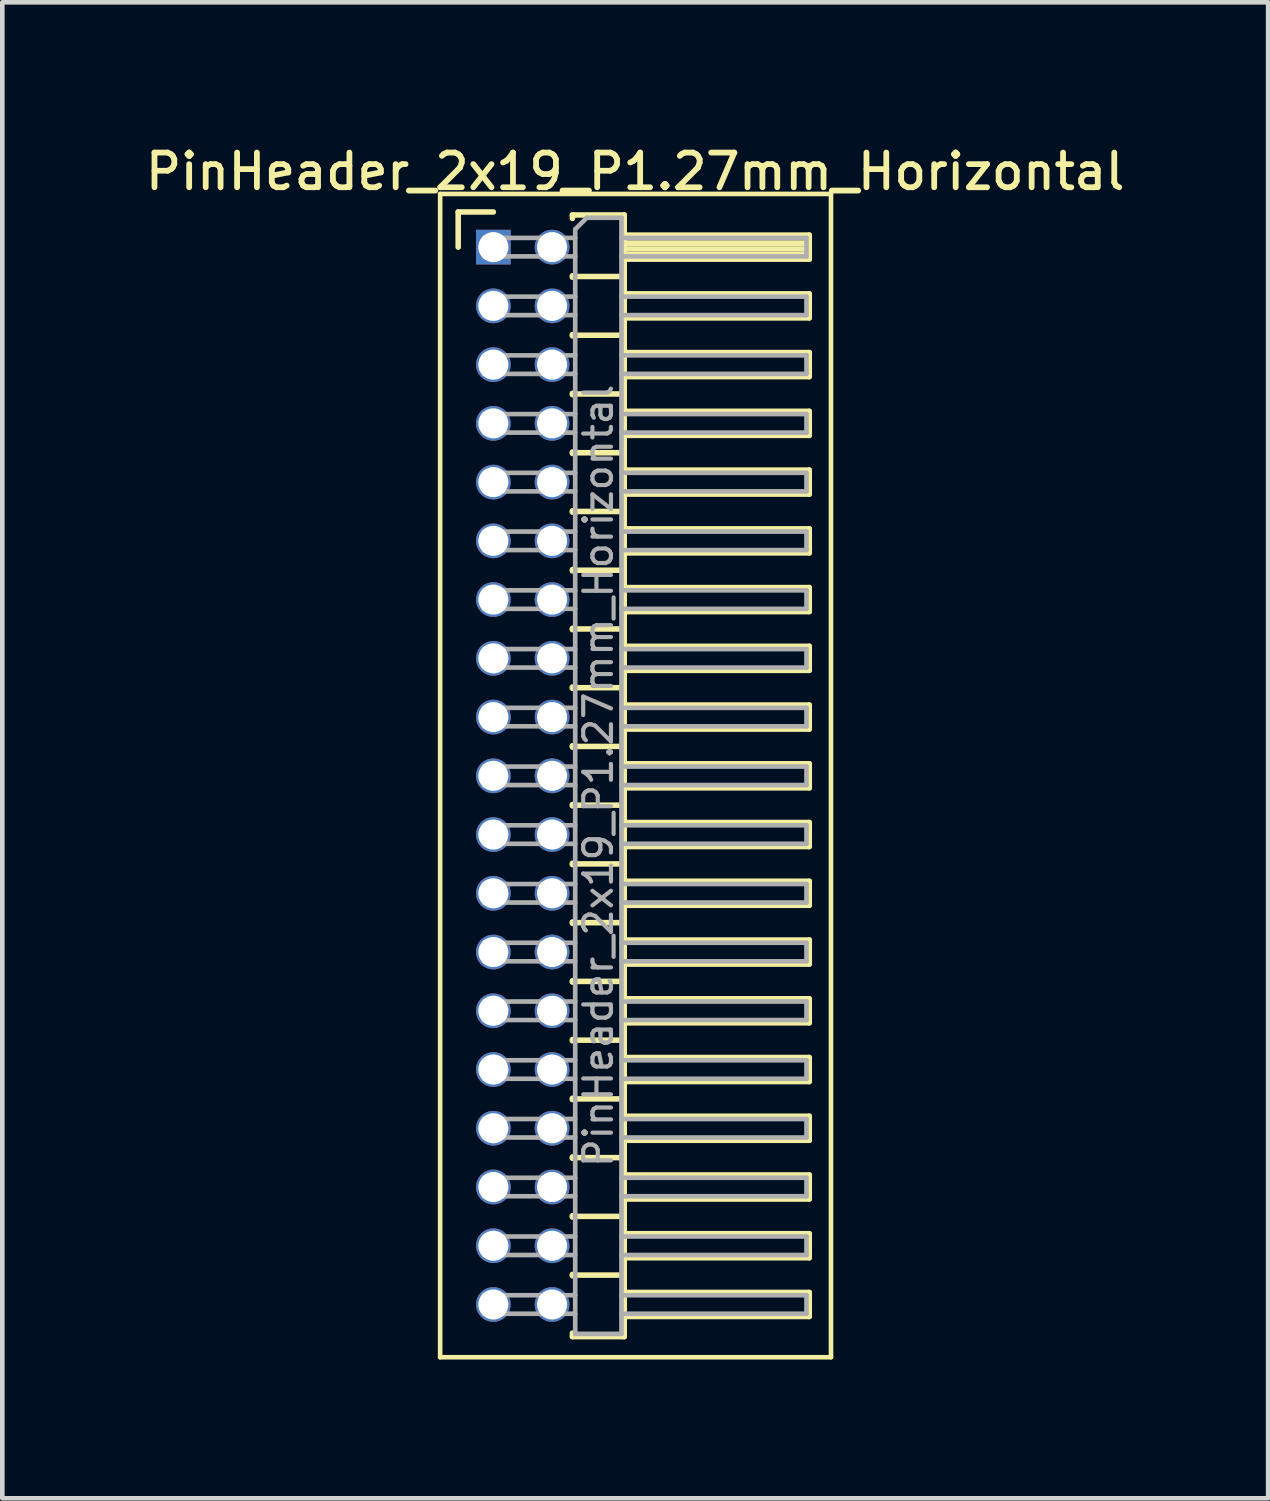
<source format=kicad_pcb>
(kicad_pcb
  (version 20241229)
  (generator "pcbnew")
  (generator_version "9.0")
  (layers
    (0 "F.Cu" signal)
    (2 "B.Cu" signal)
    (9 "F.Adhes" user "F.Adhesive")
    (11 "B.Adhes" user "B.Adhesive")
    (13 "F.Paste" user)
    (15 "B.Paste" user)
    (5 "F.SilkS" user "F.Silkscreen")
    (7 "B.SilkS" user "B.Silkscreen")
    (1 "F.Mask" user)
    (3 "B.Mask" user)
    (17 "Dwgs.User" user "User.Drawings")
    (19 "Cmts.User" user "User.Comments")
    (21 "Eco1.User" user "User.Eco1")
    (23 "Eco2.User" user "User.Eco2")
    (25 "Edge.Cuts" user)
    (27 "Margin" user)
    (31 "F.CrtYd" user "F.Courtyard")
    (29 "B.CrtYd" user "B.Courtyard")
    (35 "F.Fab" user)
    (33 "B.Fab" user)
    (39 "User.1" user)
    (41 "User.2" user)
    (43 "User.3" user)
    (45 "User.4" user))
  (footprint "PinHeader_2x19_P1.27mm_Horizontal"
    (layer "F.Cu")
    (at 7.616 2.293)
    (property "Reference" "PinHeader_2x19_P1.27mm_Horizontal" (at 3.067 -1.635 0) (layer "F.SilkS") (effects (font (size 0.75 0.75) (thickness 0.125))))
    (attr through_hole)
    (fp_line (start -1.15 -1.15) (end -1.15 24) (stroke (width 0.1) (type solid)) (layer "F.SilkS"))
    (fp_line (start -1.15 24) (end 7.3 24) (stroke (width 0.1) (type solid)) (layer "F.SilkS"))
    (fp_line (start -0.76 -0.76) (end 0 -0.76) (stroke (width 0.12) (type solid)) (layer "F.SilkS"))
    (fp_line (start -0.76 0) (end -0.76 -0.76) (stroke (width 0.12) (type solid)) (layer "F.SilkS"))
    (fp_line (start 1.71 -0.695) (end 2.83 -0.695) (stroke (width 0.12) (type solid)) (layer "F.SilkS"))
    (fp_line (start 1.71 -0.62) (end 1.71 -0.695) (stroke (width 0.12) (type solid)) (layer "F.SilkS"))
    (fp_line (start 1.71 0.62) (end 1.71 0.65) (stroke (width 0.12) (type solid)) (layer "F.SilkS"))
    (fp_line (start 1.71 0.635) (end 2.83 0.635) (stroke (width 0.12) (type solid)) (layer "F.SilkS"))
    (fp_line (start 1.71 1.89) (end 1.71 1.92) (stroke (width 0.12) (type solid)) (layer "F.SilkS"))
    (fp_line (start 1.71 1.905) (end 2.83 1.905) (stroke (width 0.12) (type solid)) (layer "F.SilkS"))
    (fp_line (start 1.71 3.16) (end 1.71 3.19) (stroke (width 0.12) (type solid)) (layer "F.SilkS"))
    (fp_line (start 1.71 3.175) (end 2.83 3.175) (stroke (width 0.12) (type solid)) (layer "F.SilkS"))
    (fp_line (start 1.71 4.43) (end 1.71 4.46) (stroke (width 0.12) (type solid)) (layer "F.SilkS"))
    (fp_line (start 1.71 4.445) (end 2.83 4.445) (stroke (width 0.12) (type solid)) (layer "F.SilkS"))
    (fp_line (start 1.71 5.7) (end 1.71 5.73) (stroke (width 0.12) (type solid)) (layer "F.SilkS"))
    (fp_line (start 1.71 5.715) (end 2.83 5.715) (stroke (width 0.12) (type solid)) (layer "F.SilkS"))
    (fp_line (start 1.71 6.97) (end 1.71 7) (stroke (width 0.12) (type solid)) (layer "F.SilkS"))
    (fp_line (start 1.71 6.985) (end 2.83 6.985) (stroke (width 0.12) (type solid)) (layer "F.SilkS"))
    (fp_line (start 1.71 8.24) (end 1.71 8.27) (stroke (width 0.12) (type solid)) (layer "F.SilkS"))
    (fp_line (start 1.71 8.255) (end 2.83 8.255) (stroke (width 0.12) (type solid)) (layer "F.SilkS"))
    (fp_line (start 1.71 9.51) (end 1.71 9.54) (stroke (width 0.12) (type solid)) (layer "F.SilkS"))
    (fp_line (start 1.71 9.525) (end 2.83 9.525) (stroke (width 0.12) (type solid)) (layer "F.SilkS"))
    (fp_line (start 1.71 10.78) (end 1.71 10.81) (stroke (width 0.12) (type solid)) (layer "F.SilkS"))
    (fp_line (start 1.71 10.795) (end 2.83 10.795) (stroke (width 0.12) (type solid)) (layer "F.SilkS"))
    (fp_line (start 1.71 12.05) (end 1.71 12.08) (stroke (width 0.12) (type solid)) (layer "F.SilkS"))
    (fp_line (start 1.71 12.065) (end 2.83 12.065) (stroke (width 0.12) (type solid)) (layer "F.SilkS"))
    (fp_line (start 1.71 13.32) (end 1.71 13.35) (stroke (width 0.12) (type solid)) (layer "F.SilkS"))
    (fp_line (start 1.71 13.335) (end 2.83 13.335) (stroke (width 0.12) (type solid)) (layer "F.SilkS"))
    (fp_line (start 1.71 14.59) (end 1.71 14.62) (stroke (width 0.12) (type solid)) (layer "F.SilkS"))
    (fp_line (start 1.71 14.605) (end 2.83 14.605) (stroke (width 0.12) (type solid)) (layer "F.SilkS"))
    (fp_line (start 1.71 15.86) (end 1.71 15.89) (stroke (width 0.12) (type solid)) (layer "F.SilkS"))
    (fp_line (start 1.71 15.875) (end 2.83 15.875) (stroke (width 0.12) (type solid)) (layer "F.SilkS"))
    (fp_line (start 1.71 17.13) (end 1.71 17.16) (stroke (width 0.12) (type solid)) (layer "F.SilkS"))
    (fp_line (start 1.71 17.145) (end 2.83 17.145) (stroke (width 0.12) (type solid)) (layer "F.SilkS"))
    (fp_line (start 1.71 18.4) (end 1.71 18.43) (stroke (width 0.12) (type solid)) (layer "F.SilkS"))
    (fp_line (start 1.71 18.415) (end 2.83 18.415) (stroke (width 0.12) (type solid)) (layer "F.SilkS"))
    (fp_line (start 1.71 19.67) (end 1.71 19.7) (stroke (width 0.12) (type solid)) (layer "F.SilkS"))
    (fp_line (start 1.71 19.685) (end 2.83 19.685) (stroke (width 0.12) (type solid)) (layer "F.SilkS"))
    (fp_line (start 1.71 20.94) (end 1.71 20.97) (stroke (width 0.12) (type solid)) (layer "F.SilkS"))
    (fp_line (start 1.71 20.955) (end 2.83 20.955) (stroke (width 0.12) (type solid)) (layer "F.SilkS"))
    (fp_line (start 1.71 22.21) (end 1.71 22.24) (stroke (width 0.12) (type solid)) (layer "F.SilkS"))
    (fp_line (start 1.71 22.225) (end 2.83 22.225) (stroke (width 0.12) (type solid)) (layer "F.SilkS"))
    (fp_line (start 1.71 23.555) (end 1.71 23.48) (stroke (width 0.12) (type solid)) (layer "F.SilkS"))
    (fp_line (start 2.83 -0.695) (end 2.83 23.555) (stroke (width 0.12) (type solid)) (layer "F.SilkS"))
    (fp_line (start 2.83 -0.26) (end 6.83 -0.26) (stroke (width 0.12) (type solid)) (layer "F.SilkS"))
    (fp_line (start 2.83 -0.2) (end 6.83 -0.2) (stroke (width 0.12) (type solid)) (layer "F.SilkS"))
    (fp_line (start 2.83 -0.08) (end 6.83 -0.08) (stroke (width 0.12) (type solid)) (layer "F.SilkS"))
    (fp_line (start 2.83 0.04) (end 6.83 0.04) (stroke (width 0.12) (type solid)) (layer "F.SilkS"))
    (fp_line (start 2.83 0.16) (end 6.83 0.16) (stroke (width 0.12) (type solid)) (layer "F.SilkS"))
    (fp_line (start 2.83 1.01) (end 6.83 1.01) (stroke (width 0.12) (type solid)) (layer "F.SilkS"))
    (fp_line (start 2.83 2.28) (end 6.83 2.28) (stroke (width 0.12) (type solid)) (layer "F.SilkS"))
    (fp_line (start 2.83 3.55) (end 6.83 3.55) (stroke (width 0.12) (type solid)) (layer "F.SilkS"))
    (fp_line (start 2.83 4.82) (end 6.83 4.82) (stroke (width 0.12) (type solid)) (layer "F.SilkS"))
    (fp_line (start 2.83 6.09) (end 6.83 6.09) (stroke (width 0.12) (type solid)) (layer "F.SilkS"))
    (fp_line (start 2.83 7.36) (end 6.83 7.36) (stroke (width 0.12) (type solid)) (layer "F.SilkS"))
    (fp_line (start 2.83 8.63) (end 6.83 8.63) (stroke (width 0.12) (type solid)) (layer "F.SilkS"))
    (fp_line (start 2.83 9.9) (end 6.83 9.9) (stroke (width 0.12) (type solid)) (layer "F.SilkS"))
    (fp_line (start 2.83 11.17) (end 6.83 11.17) (stroke (width 0.12) (type solid)) (layer "F.SilkS"))
    (fp_line (start 2.83 12.44) (end 6.83 12.44) (stroke (width 0.12) (type solid)) (layer "F.SilkS"))
    (fp_line (start 2.83 13.71) (end 6.83 13.71) (stroke (width 0.12) (type solid)) (layer "F.SilkS"))
    (fp_line (start 2.83 14.98) (end 6.83 14.98) (stroke (width 0.12) (type solid)) (layer "F.SilkS"))
    (fp_line (start 2.83 16.25) (end 6.83 16.25) (stroke (width 0.12) (type solid)) (layer "F.SilkS"))
    (fp_line (start 2.83 17.52) (end 6.83 17.52) (stroke (width 0.12) (type solid)) (layer "F.SilkS"))
    (fp_line (start 2.83 18.79) (end 6.83 18.79) (stroke (width 0.12) (type solid)) (layer "F.SilkS"))
    (fp_line (start 2.83 20.06) (end 6.83 20.06) (stroke (width 0.12) (type solid)) (layer "F.SilkS"))
    (fp_line (start 2.83 21.33) (end 6.83 21.33) (stroke (width 0.12) (type solid)) (layer "F.SilkS"))
    (fp_line (start 2.83 22.6) (end 6.83 22.6) (stroke (width 0.12) (type solid)) (layer "F.SilkS"))
    (fp_line (start 2.83 23.555) (end 1.71 23.555) (stroke (width 0.12) (type solid)) (layer "F.SilkS"))
    (fp_line (start 6.83 -0.26) (end 6.83 0.26) (stroke (width 0.12) (type solid)) (layer "F.SilkS"))
    (fp_line (start 6.83 0.26) (end 2.83 0.26) (stroke (width 0.12) (type solid)) (layer "F.SilkS"))
    (fp_line (start 6.83 1.01) (end 6.83 1.53) (stroke (width 0.12) (type solid)) (layer "F.SilkS"))
    (fp_line (start 6.83 1.53) (end 2.83 1.53) (stroke (width 0.12) (type solid)) (layer "F.SilkS"))
    (fp_line (start 6.83 2.28) (end 6.83 2.8) (stroke (width 0.12) (type solid)) (layer "F.SilkS"))
    (fp_line (start 6.83 2.8) (end 2.83 2.8) (stroke (width 0.12) (type solid)) (layer "F.SilkS"))
    (fp_line (start 6.83 3.55) (end 6.83 4.07) (stroke (width 0.12) (type solid)) (layer "F.SilkS"))
    (fp_line (start 6.83 4.07) (end 2.83 4.07) (stroke (width 0.12) (type solid)) (layer "F.SilkS"))
    (fp_line (start 6.83 4.82) (end 6.83 5.34) (stroke (width 0.12) (type solid)) (layer "F.SilkS"))
    (fp_line (start 6.83 5.34) (end 2.83 5.34) (stroke (width 0.12) (type solid)) (layer "F.SilkS"))
    (fp_line (start 6.83 6.09) (end 6.83 6.61) (stroke (width 0.12) (type solid)) (layer "F.SilkS"))
    (fp_line (start 6.83 6.61) (end 2.83 6.61) (stroke (width 0.12) (type solid)) (layer "F.SilkS"))
    (fp_line (start 6.83 7.36) (end 6.83 7.88) (stroke (width 0.12) (type solid)) (layer "F.SilkS"))
    (fp_line (start 6.83 7.88) (end 2.83 7.88) (stroke (width 0.12) (type solid)) (layer "F.SilkS"))
    (fp_line (start 6.83 8.63) (end 6.83 9.15) (stroke (width 0.12) (type solid)) (layer "F.SilkS"))
    (fp_line (start 6.83 9.15) (end 2.83 9.15) (stroke (width 0.12) (type solid)) (layer "F.SilkS"))
    (fp_line (start 6.83 9.9) (end 6.83 10.42) (stroke (width 0.12) (type solid)) (layer "F.SilkS"))
    (fp_line (start 6.83 10.42) (end 2.83 10.42) (stroke (width 0.12) (type solid)) (layer "F.SilkS"))
    (fp_line (start 6.83 11.17) (end 6.83 11.69) (stroke (width 0.12) (type solid)) (layer "F.SilkS"))
    (fp_line (start 6.83 11.69) (end 2.83 11.69) (stroke (width 0.12) (type solid)) (layer "F.SilkS"))
    (fp_line (start 6.83 12.44) (end 6.83 12.96) (stroke (width 0.12) (type solid)) (layer "F.SilkS"))
    (fp_line (start 6.83 12.96) (end 2.83 12.96) (stroke (width 0.12) (type solid)) (layer "F.SilkS"))
    (fp_line (start 6.83 13.71) (end 6.83 14.23) (stroke (width 0.12) (type solid)) (layer "F.SilkS"))
    (fp_line (start 6.83 14.23) (end 2.83 14.23) (stroke (width 0.12) (type solid)) (layer "F.SilkS"))
    (fp_line (start 6.83 14.98) (end 6.83 15.5) (stroke (width 0.12) (type solid)) (layer "F.SilkS"))
    (fp_line (start 6.83 15.5) (end 2.83 15.5) (stroke (width 0.12) (type solid)) (layer "F.SilkS"))
    (fp_line (start 6.83 16.25) (end 6.83 16.77) (stroke (width 0.12) (type solid)) (layer "F.SilkS"))
    (fp_line (start 6.83 16.77) (end 2.83 16.77) (stroke (width 0.12) (type solid)) (layer "F.SilkS"))
    (fp_line (start 6.83 17.52) (end 6.83 18.04) (stroke (width 0.12) (type solid)) (layer "F.SilkS"))
    (fp_line (start 6.83 18.04) (end 2.83 18.04) (stroke (width 0.12) (type solid)) (layer "F.SilkS"))
    (fp_line (start 6.83 18.79) (end 6.83 19.31) (stroke (width 0.12) (type solid)) (layer "F.SilkS"))
    (fp_line (start 6.83 19.31) (end 2.83 19.31) (stroke (width 0.12) (type solid)) (layer "F.SilkS"))
    (fp_line (start 6.83 20.06) (end 6.83 20.58) (stroke (width 0.12) (type solid)) (layer "F.SilkS"))
    (fp_line (start 6.83 20.58) (end 2.83 20.58) (stroke (width 0.12) (type solid)) (layer "F.SilkS"))
    (fp_line (start 6.83 21.33) (end 6.83 21.85) (stroke (width 0.12) (type solid)) (layer "F.SilkS"))
    (fp_line (start 6.83 21.85) (end 2.83 21.85) (stroke (width 0.12) (type solid)) (layer "F.SilkS"))
    (fp_line (start 6.83 22.6) (end 6.83 23.12) (stroke (width 0.12) (type solid)) (layer "F.SilkS"))
    (fp_line (start 6.83 23.12) (end 2.83 23.12) (stroke (width 0.12) (type solid)) (layer "F.SilkS"))
    (fp_line (start 7.3 -1.15) (end -1.15 -1.15) (stroke (width 0.1) (type solid)) (layer "F.SilkS"))
    (fp_line (start 7.3 24) (end 7.3 -1.15) (stroke (width 0.1) (type solid)) (layer "F.SilkS"))
    (fp_line (start -0.2 -0.2) (end -0.2 0.2) (stroke (width 0.1) (type solid)) (layer "F.Fab"))
    (fp_line (start -0.2 -0.2) (end 1.77 -0.2) (stroke (width 0.1) (type solid)) (layer "F.Fab"))
    (fp_line (start -0.2 0.2) (end 1.77 0.2) (stroke (width 0.1) (type solid)) (layer "F.Fab"))
    (fp_line (start -0.2 1.07) (end -0.2 1.47) (stroke (width 0.1) (type solid)) (layer "F.Fab"))
    (fp_line (start -0.2 1.07) (end 1.77 1.07) (stroke (width 0.1) (type solid)) (layer "F.Fab"))
    (fp_line (start -0.2 1.47) (end 1.77 1.47) (stroke (width 0.1) (type solid)) (layer "F.Fab"))
    (fp_line (start -0.2 2.34) (end -0.2 2.74) (stroke (width 0.1) (type solid)) (layer "F.Fab"))
    (fp_line (start -0.2 2.34) (end 1.77 2.34) (stroke (width 0.1) (type solid)) (layer "F.Fab"))
    (fp_line (start -0.2 2.74) (end 1.77 2.74) (stroke (width 0.1) (type solid)) (layer "F.Fab"))
    (fp_line (start -0.2 3.61) (end -0.2 4.01) (stroke (width 0.1) (type solid)) (layer "F.Fab"))
    (fp_line (start -0.2 3.61) (end 1.77 3.61) (stroke (width 0.1) (type solid)) (layer "F.Fab"))
    (fp_line (start -0.2 4.01) (end 1.77 4.01) (stroke (width 0.1) (type solid)) (layer "F.Fab"))
    (fp_line (start -0.2 4.88) (end -0.2 5.28) (stroke (width 0.1) (type solid)) (layer "F.Fab"))
    (fp_line (start -0.2 4.88) (end 1.77 4.88) (stroke (width 0.1) (type solid)) (layer "F.Fab"))
    (fp_line (start -0.2 5.28) (end 1.77 5.28) (stroke (width 0.1) (type solid)) (layer "F.Fab"))
    (fp_line (start -0.2 6.15) (end -0.2 6.55) (stroke (width 0.1) (type solid)) (layer "F.Fab"))
    (fp_line (start -0.2 6.15) (end 1.77 6.15) (stroke (width 0.1) (type solid)) (layer "F.Fab"))
    (fp_line (start -0.2 6.55) (end 1.77 6.55) (stroke (width 0.1) (type solid)) (layer "F.Fab"))
    (fp_line (start -0.2 7.42) (end -0.2 7.82) (stroke (width 0.1) (type solid)) (layer "F.Fab"))
    (fp_line (start -0.2 7.42) (end 1.77 7.42) (stroke (width 0.1) (type solid)) (layer "F.Fab"))
    (fp_line (start -0.2 7.82) (end 1.77 7.82) (stroke (width 0.1) (type solid)) (layer "F.Fab"))
    (fp_line (start -0.2 8.69) (end -0.2 9.09) (stroke (width 0.1) (type solid)) (layer "F.Fab"))
    (fp_line (start -0.2 8.69) (end 1.77 8.69) (stroke (width 0.1) (type solid)) (layer "F.Fab"))
    (fp_line (start -0.2 9.09) (end 1.77 9.09) (stroke (width 0.1) (type solid)) (layer "F.Fab"))
    (fp_line (start -0.2 9.96) (end -0.2 10.36) (stroke (width 0.1) (type solid)) (layer "F.Fab"))
    (fp_line (start -0.2 9.96) (end 1.77 9.96) (stroke (width 0.1) (type solid)) (layer "F.Fab"))
    (fp_line (start -0.2 10.36) (end 1.77 10.36) (stroke (width 0.1) (type solid)) (layer "F.Fab"))
    (fp_line (start -0.2 11.23) (end -0.2 11.63) (stroke (width 0.1) (type solid)) (layer "F.Fab"))
    (fp_line (start -0.2 11.23) (end 1.77 11.23) (stroke (width 0.1) (type solid)) (layer "F.Fab"))
    (fp_line (start -0.2 11.63) (end 1.77 11.63) (stroke (width 0.1) (type solid)) (layer "F.Fab"))
    (fp_line (start -0.2 12.5) (end -0.2 12.9) (stroke (width 0.1) (type solid)) (layer "F.Fab"))
    (fp_line (start -0.2 12.5) (end 1.77 12.5) (stroke (width 0.1) (type solid)) (layer "F.Fab"))
    (fp_line (start -0.2 12.9) (end 1.77 12.9) (stroke (width 0.1) (type solid)) (layer "F.Fab"))
    (fp_line (start -0.2 13.77) (end -0.2 14.17) (stroke (width 0.1) (type solid)) (layer "F.Fab"))
    (fp_line (start -0.2 13.77) (end 1.77 13.77) (stroke (width 0.1) (type solid)) (layer "F.Fab"))
    (fp_line (start -0.2 14.17) (end 1.77 14.17) (stroke (width 0.1) (type solid)) (layer "F.Fab"))
    (fp_line (start -0.2 15.04) (end -0.2 15.44) (stroke (width 0.1) (type solid)) (layer "F.Fab"))
    (fp_line (start -0.2 15.04) (end 1.77 15.04) (stroke (width 0.1) (type solid)) (layer "F.Fab"))
    (fp_line (start -0.2 15.44) (end 1.77 15.44) (stroke (width 0.1) (type solid)) (layer "F.Fab"))
    (fp_line (start -0.2 16.31) (end -0.2 16.71) (stroke (width 0.1) (type solid)) (layer "F.Fab"))
    (fp_line (start -0.2 16.31) (end 1.77 16.31) (stroke (width 0.1) (type solid)) (layer "F.Fab"))
    (fp_line (start -0.2 16.71) (end 1.77 16.71) (stroke (width 0.1) (type solid)) (layer "F.Fab"))
    (fp_line (start -0.2 17.58) (end -0.2 17.98) (stroke (width 0.1) (type solid)) (layer "F.Fab"))
    (fp_line (start -0.2 17.58) (end 1.77 17.58) (stroke (width 0.1) (type solid)) (layer "F.Fab"))
    (fp_line (start -0.2 17.98) (end 1.77 17.98) (stroke (width 0.1) (type solid)) (layer "F.Fab"))
    (fp_line (start -0.2 18.85) (end -0.2 19.25) (stroke (width 0.1) (type solid)) (layer "F.Fab"))
    (fp_line (start -0.2 18.85) (end 1.77 18.85) (stroke (width 0.1) (type solid)) (layer "F.Fab"))
    (fp_line (start -0.2 19.25) (end 1.77 19.25) (stroke (width 0.1) (type solid)) (layer "F.Fab"))
    (fp_line (start -0.2 20.12) (end -0.2 20.52) (stroke (width 0.1) (type solid)) (layer "F.Fab"))
    (fp_line (start -0.2 20.12) (end 1.77 20.12) (stroke (width 0.1) (type solid)) (layer "F.Fab"))
    (fp_line (start -0.2 20.52) (end 1.77 20.52) (stroke (width 0.1) (type solid)) (layer "F.Fab"))
    (fp_line (start -0.2 21.39) (end -0.2 21.79) (stroke (width 0.1) (type solid)) (layer "F.Fab"))
    (fp_line (start -0.2 21.39) (end 1.77 21.39) (stroke (width 0.1) (type solid)) (layer "F.Fab"))
    (fp_line (start -0.2 21.79) (end 1.77 21.79) (stroke (width 0.1) (type solid)) (layer "F.Fab"))
    (fp_line (start -0.2 22.66) (end -0.2 23.06) (stroke (width 0.1) (type solid)) (layer "F.Fab"))
    (fp_line (start -0.2 22.66) (end 1.77 22.66) (stroke (width 0.1) (type solid)) (layer "F.Fab"))
    (fp_line (start -0.2 23.06) (end 1.77 23.06) (stroke (width 0.1) (type solid)) (layer "F.Fab"))
    (fp_line (start 1.77 -0.385) (end 2.02 -0.635) (stroke (width 0.1) (type solid)) (layer "F.Fab"))
    (fp_line (start 1.77 23.495) (end 1.77 -0.385) (stroke (width 0.1) (type solid)) (layer "F.Fab"))
    (fp_line (start 2.02 -0.635) (end 2.77 -0.635) (stroke (width 0.1) (type solid)) (layer "F.Fab"))
    (fp_line (start 2.77 -0.635) (end 2.77 23.495) (stroke (width 0.1) (type solid)) (layer "F.Fab"))
    (fp_line (start 2.77 -0.2) (end 6.77 -0.2) (stroke (width 0.1) (type solid)) (layer "F.Fab"))
    (fp_line (start 2.77 0.2) (end 6.77 0.2) (stroke (width 0.1) (type solid)) (layer "F.Fab"))
    (fp_line (start 2.77 1.07) (end 6.77 1.07) (stroke (width 0.1) (type solid)) (layer "F.Fab"))
    (fp_line (start 2.77 1.47) (end 6.77 1.47) (stroke (width 0.1) (type solid)) (layer "F.Fab"))
    (fp_line (start 2.77 2.34) (end 6.77 2.34) (stroke (width 0.1) (type solid)) (layer "F.Fab"))
    (fp_line (start 2.77 2.74) (end 6.77 2.74) (stroke (width 0.1) (type solid)) (layer "F.Fab"))
    (fp_line (start 2.77 3.61) (end 6.77 3.61) (stroke (width 0.1) (type solid)) (layer "F.Fab"))
    (fp_line (start 2.77 4.01) (end 6.77 4.01) (stroke (width 0.1) (type solid)) (layer "F.Fab"))
    (fp_line (start 2.77 4.88) (end 6.77 4.88) (stroke (width 0.1) (type solid)) (layer "F.Fab"))
    (fp_line (start 2.77 5.28) (end 6.77 5.28) (stroke (width 0.1) (type solid)) (layer "F.Fab"))
    (fp_line (start 2.77 6.15) (end 6.77 6.15) (stroke (width 0.1) (type solid)) (layer "F.Fab"))
    (fp_line (start 2.77 6.55) (end 6.77 6.55) (stroke (width 0.1) (type solid)) (layer "F.Fab"))
    (fp_line (start 2.77 7.42) (end 6.77 7.42) (stroke (width 0.1) (type solid)) (layer "F.Fab"))
    (fp_line (start 2.77 7.82) (end 6.77 7.82) (stroke (width 0.1) (type solid)) (layer "F.Fab"))
    (fp_line (start 2.77 8.69) (end 6.77 8.69) (stroke (width 0.1) (type solid)) (layer "F.Fab"))
    (fp_line (start 2.77 9.09) (end 6.77 9.09) (stroke (width 0.1) (type solid)) (layer "F.Fab"))
    (fp_line (start 2.77 9.96) (end 6.77 9.96) (stroke (width 0.1) (type solid)) (layer "F.Fab"))
    (fp_line (start 2.77 10.36) (end 6.77 10.36) (stroke (width 0.1) (type solid)) (layer "F.Fab"))
    (fp_line (start 2.77 11.23) (end 6.77 11.23) (stroke (width 0.1) (type solid)) (layer "F.Fab"))
    (fp_line (start 2.77 11.63) (end 6.77 11.63) (stroke (width 0.1) (type solid)) (layer "F.Fab"))
    (fp_line (start 2.77 12.5) (end 6.77 12.5) (stroke (width 0.1) (type solid)) (layer "F.Fab"))
    (fp_line (start 2.77 12.9) (end 6.77 12.9) (stroke (width 0.1) (type solid)) (layer "F.Fab"))
    (fp_line (start 2.77 13.77) (end 6.77 13.77) (stroke (width 0.1) (type solid)) (layer "F.Fab"))
    (fp_line (start 2.77 14.17) (end 6.77 14.17) (stroke (width 0.1) (type solid)) (layer "F.Fab"))
    (fp_line (start 2.77 15.04) (end 6.77 15.04) (stroke (width 0.1) (type solid)) (layer "F.Fab"))
    (fp_line (start 2.77 15.44) (end 6.77 15.44) (stroke (width 0.1) (type solid)) (layer "F.Fab"))
    (fp_line (start 2.77 16.31) (end 6.77 16.31) (stroke (width 0.1) (type solid)) (layer "F.Fab"))
    (fp_line (start 2.77 16.71) (end 6.77 16.71) (stroke (width 0.1) (type solid)) (layer "F.Fab"))
    (fp_line (start 2.77 17.58) (end 6.77 17.58) (stroke (width 0.1) (type solid)) (layer "F.Fab"))
    (fp_line (start 2.77 17.98) (end 6.77 17.98) (stroke (width 0.1) (type solid)) (layer "F.Fab"))
    (fp_line (start 2.77 18.85) (end 6.77 18.85) (stroke (width 0.1) (type solid)) (layer "F.Fab"))
    (fp_line (start 2.77 19.25) (end 6.77 19.25) (stroke (width 0.1) (type solid)) (layer "F.Fab"))
    (fp_line (start 2.77 20.12) (end 6.77 20.12) (stroke (width 0.1) (type solid)) (layer "F.Fab"))
    (fp_line (start 2.77 20.52) (end 6.77 20.52) (stroke (width 0.1) (type solid)) (layer "F.Fab"))
    (fp_line (start 2.77 21.39) (end 6.77 21.39) (stroke (width 0.1) (type solid)) (layer "F.Fab"))
    (fp_line (start 2.77 21.79) (end 6.77 21.79) (stroke (width 0.1) (type solid)) (layer "F.Fab"))
    (fp_line (start 2.77 22.66) (end 6.77 22.66) (stroke (width 0.1) (type solid)) (layer "F.Fab"))
    (fp_line (start 2.77 23.06) (end 6.77 23.06) (stroke (width 0.1) (type solid)) (layer "F.Fab"))
    (fp_line (start 2.77 23.495) (end 1.77 23.495) (stroke (width 0.1) (type solid)) (layer "F.Fab"))
    (fp_line (start 6.77 -0.2) (end 6.77 0.2) (stroke (width 0.1) (type solid)) (layer "F.Fab"))
    (fp_line (start 6.77 1.07) (end 6.77 1.47) (stroke (width 0.1) (type solid)) (layer "F.Fab"))
    (fp_line (start 6.77 2.34) (end 6.77 2.74) (stroke (width 0.1) (type solid)) (layer "F.Fab"))
    (fp_line (start 6.77 3.61) (end 6.77 4.01) (stroke (width 0.1) (type solid)) (layer "F.Fab"))
    (fp_line (start 6.77 4.88) (end 6.77 5.28) (stroke (width 0.1) (type solid)) (layer "F.Fab"))
    (fp_line (start 6.77 6.15) (end 6.77 6.55) (stroke (width 0.1) (type solid)) (layer "F.Fab"))
    (fp_line (start 6.77 7.42) (end 6.77 7.82) (stroke (width 0.1) (type solid)) (layer "F.Fab"))
    (fp_line (start 6.77 8.69) (end 6.77 9.09) (stroke (width 0.1) (type solid)) (layer "F.Fab"))
    (fp_line (start 6.77 9.96) (end 6.77 10.36) (stroke (width 0.1) (type solid)) (layer "F.Fab"))
    (fp_line (start 6.77 11.23) (end 6.77 11.63) (stroke (width 0.1) (type solid)) (layer "F.Fab"))
    (fp_line (start 6.77 12.5) (end 6.77 12.9) (stroke (width 0.1) (type solid)) (layer "F.Fab"))
    (fp_line (start 6.77 13.77) (end 6.77 14.17) (stroke (width 0.1) (type solid)) (layer "F.Fab"))
    (fp_line (start 6.77 15.04) (end 6.77 15.44) (stroke (width 0.1) (type solid)) (layer "F.Fab"))
    (fp_line (start 6.77 16.31) (end 6.77 16.71) (stroke (width 0.1) (type solid)) (layer "F.Fab"))
    (fp_line (start 6.77 17.58) (end 6.77 17.98) (stroke (width 0.1) (type solid)) (layer "F.Fab"))
    (fp_line (start 6.77 18.85) (end 6.77 19.25) (stroke (width 0.1) (type solid)) (layer "F.Fab"))
    (fp_line (start 6.77 20.12) (end 6.77 20.52) (stroke (width 0.1) (type solid)) (layer "F.Fab"))
    (fp_line (start 6.77 21.39) (end 6.77 21.79) (stroke (width 0.1) (type solid)) (layer "F.Fab"))
    (fp_line (start 6.77 22.66) (end 6.77 23.06) (stroke (width 0.1) (type solid)) (layer "F.Fab"))
    (fp_text user "${REFERENCE}" (at 2.27 11.43 90) (layer "F.Fab") (effects (font (size 0.6 0.6) (thickness 0.09))))
    (pad "1" thru_hole rect (at 0 0) (size 0.75 0.75) (drill 0.65) (layers "*.Cu" "*.Mask"))
    (pad "2" thru_hole oval (at 1.27 0) (size 0.75 0.75) (drill 0.65) (layers "*.Cu" "*.Mask"))
    (pad "3" thru_hole oval (at 0 1.27) (size 0.75 0.75) (drill 0.65) (layers "*.Cu" "*.Mask"))
    (pad "4" thru_hole oval (at 1.27 1.27) (size 0.75 0.75) (drill 0.65) (layers "*.Cu" "*.Mask"))
    (pad "5" thru_hole oval (at 0 2.54) (size 0.75 0.75) (drill 0.65) (layers "*.Cu" "*.Mask"))
    (pad "6" thru_hole oval (at 1.27 2.54) (size 0.75 0.75) (drill 0.65) (layers "*.Cu" "*.Mask"))
    (pad "7" thru_hole oval (at 0 3.81) (size 0.75 0.75) (drill 0.65) (layers "*.Cu" "*.Mask"))
    (pad "8" thru_hole oval (at 1.27 3.81) (size 0.75 0.75) (drill 0.65) (layers "*.Cu" "*.Mask"))
    (pad "9" thru_hole oval (at 0 5.08) (size 0.75 0.75) (drill 0.65) (layers "*.Cu" "*.Mask"))
    (pad "10" thru_hole oval (at 1.27 5.08) (size 0.75 0.75) (drill 0.65) (layers "*.Cu" "*.Mask"))
    (pad "11" thru_hole oval (at 0 6.35) (size 0.75 0.75) (drill 0.65) (layers "*.Cu" "*.Mask"))
    (pad "12" thru_hole oval (at 1.27 6.35) (size 0.75 0.75) (drill 0.65) (layers "*.Cu" "*.Mask"))
    (pad "13" thru_hole oval (at 0 7.62) (size 0.75 0.75) (drill 0.65) (layers "*.Cu" "*.Mask"))
    (pad "14" thru_hole oval (at 1.27 7.62) (size 0.75 0.75) (drill 0.65) (layers "*.Cu" "*.Mask"))
    (pad "15" thru_hole oval (at 0 8.89) (size 0.75 0.75) (drill 0.65) (layers "*.Cu" "*.Mask"))
    (pad "16" thru_hole oval (at 1.27 8.89) (size 0.75 0.75) (drill 0.65) (layers "*.Cu" "*.Mask"))
    (pad "17" thru_hole oval (at 0 10.16) (size 0.75 0.75) (drill 0.65) (layers "*.Cu" "*.Mask"))
    (pad "18" thru_hole oval (at 1.27 10.16) (size 0.75 0.75) (drill 0.65) (layers "*.Cu" "*.Mask"))
    (pad "19" thru_hole oval (at 0 11.43) (size 0.75 0.75) (drill 0.65) (layers "*.Cu" "*.Mask"))
    (pad "20" thru_hole oval (at 1.27 11.43) (size 0.75 0.75) (drill 0.65) (layers "*.Cu" "*.Mask"))
    (pad "21" thru_hole oval (at 0 12.7) (size 0.75 0.75) (drill 0.65) (layers "*.Cu" "*.Mask"))
    (pad "22" thru_hole oval (at 1.27 12.7) (size 0.75 0.75) (drill 0.65) (layers "*.Cu" "*.Mask"))
    (pad "23" thru_hole oval (at 0 13.97) (size 0.75 0.75) (drill 0.65) (layers "*.Cu" "*.Mask"))
    (pad "24" thru_hole oval (at 1.27 13.97) (size 0.75 0.75) (drill 0.65) (layers "*.Cu" "*.Mask"))
    (pad "25" thru_hole oval (at 0 15.24) (size 0.75 0.75) (drill 0.65) (layers "*.Cu" "*.Mask"))
    (pad "26" thru_hole oval (at 1.27 15.24) (size 0.75 0.75) (drill 0.65) (layers "*.Cu" "*.Mask"))
    (pad "27" thru_hole oval (at 0 16.51) (size 0.75 0.75) (drill 0.65) (layers "*.Cu" "*.Mask"))
    (pad "28" thru_hole oval (at 1.27 16.51) (size 0.75 0.75) (drill 0.65) (layers "*.Cu" "*.Mask"))
    (pad "29" thru_hole oval (at 0 17.78) (size 0.75 0.75) (drill 0.65) (layers "*.Cu" "*.Mask"))
    (pad "30" thru_hole oval (at 1.27 17.78) (size 0.75 0.75) (drill 0.65) (layers "*.Cu" "*.Mask"))
    (pad "31" thru_hole oval (at 0 19.05) (size 0.75 0.75) (drill 0.65) (layers "*.Cu" "*.Mask"))
    (pad "32" thru_hole oval (at 1.27 19.05) (size 0.75 0.75) (drill 0.65) (layers "*.Cu" "*.Mask"))
    (pad "33" thru_hole oval (at 0 20.32) (size 0.75 0.75) (drill 0.65) (layers "*.Cu" "*.Mask"))
    (pad "34" thru_hole oval (at 1.27 20.32) (size 0.75 0.75) (drill 0.65) (layers "*.Cu" "*.Mask"))
    (pad "35" thru_hole oval (at 0 21.59) (size 0.75 0.75) (drill 0.65) (layers "*.Cu" "*.Mask"))
    (pad "36" thru_hole oval (at 1.27 21.59) (size 0.75 0.75) (drill 0.65) (layers "*.Cu" "*.Mask"))
    (pad "37" thru_hole oval (at 0 22.86) (size 0.75 0.75) (drill 0.65) (layers "*.Cu" "*.Mask"))
    (pad "38" thru_hole oval (at 1.27 22.86) (size 0.75 0.75) (drill 0.65) (layers "*.Cu" "*.Mask")))
  (gr_rect
    (start -3 -3)
    (end 24.368 29.343)
    (stroke (width 0.1) (type default))
    (fill no)
    (layer "Edge.Cuts")))
</source>
